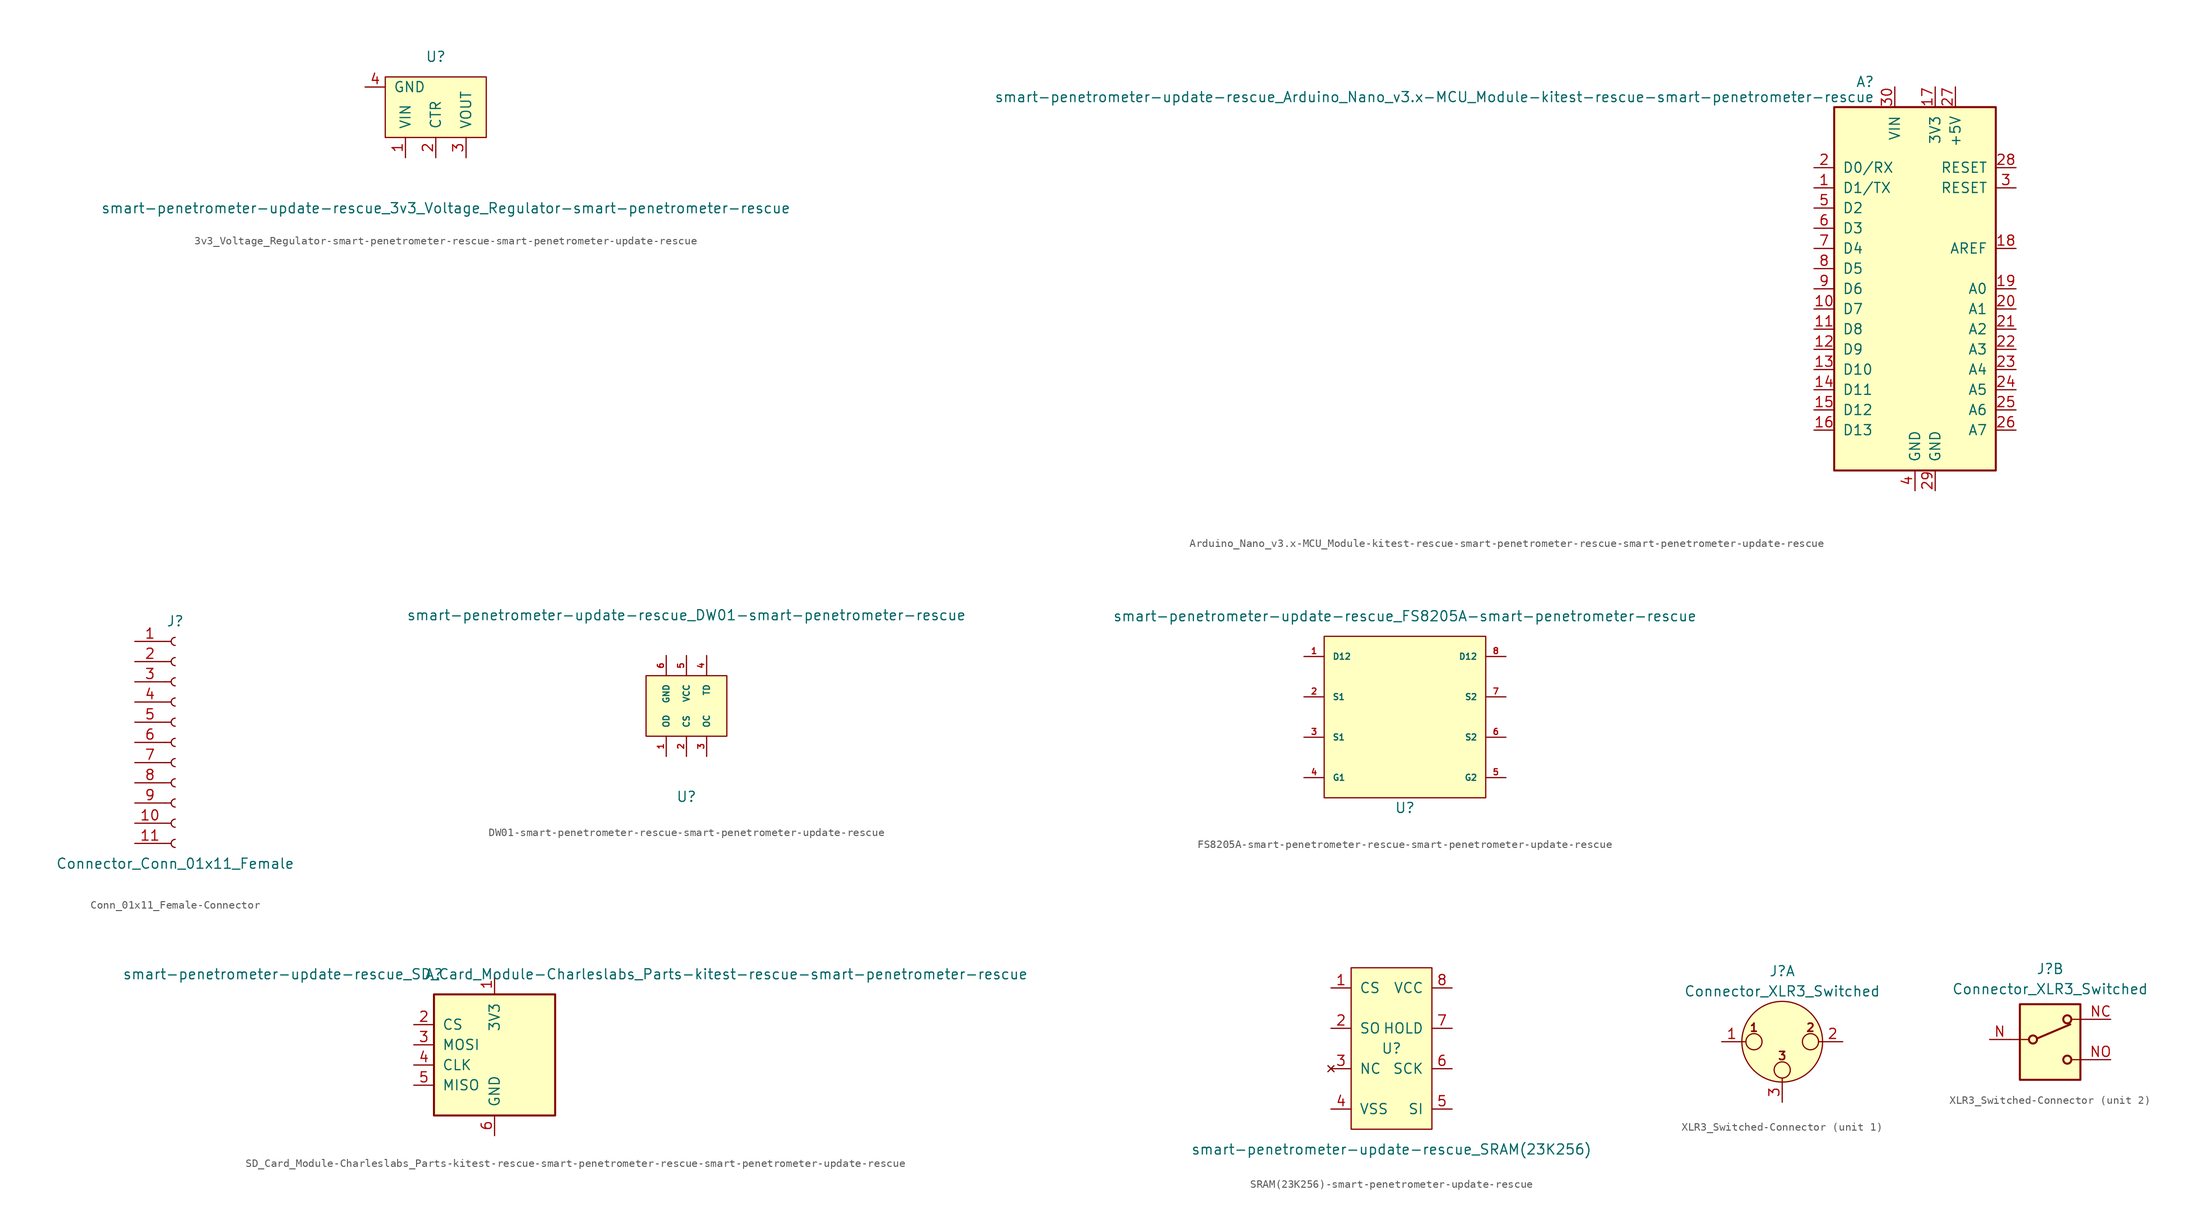
<source format=kicad_sym>
(kicad_symbol_lib
  (version 20220914)
  (generator kicad_symbol_editor)
  (symbol "3v3_Voltage_Regulator-smart-penetrometer-rescue-smart-penetrometer-update-rescue"
    (pin_names
      (offset 1.016))
    (property "Reference" "U"
      (at 0 6.35 0)
      (effects (font (size 1.27 1.27))))
    (property "Value" "smart-penetrometer-update-rescue_3v3_Voltage_Regulator-smart-penetrometer-rescue"
      (at 1.27 -12.7 0)
      (effects (font (size 1.27 1.27))))
    (symbol "3v3_Voltage_Regulator-smart-penetrometer-rescue-smart-penetrometer-update-rescue_0_1"
      (rectangle (start 6.35 -3.81) (end -6.35 3.81) (stroke (width 0) (type solid)) (fill (type background))))
    (symbol "3v3_Voltage_Regulator-smart-penetrometer-rescue-smart-penetrometer-update-rescue_1_1"
      (pin power_in line (at -3.81 -6.35 90) (length 2.54) (name "VIN" (effects (font (size 1.27 1.27)))) (number "1" (effects (font (size 1.27 1.27)))))
      (pin output line (at 0 -6.35 90) (length 2.54) (name "CTR" (effects (font (size 1.27 1.27)))) (number "2" (effects (font (size 1.27 1.27)))))
      (pin power_out line (at 3.81 -6.35 90) (length 2.54) (name "VOUT" (effects (font (size 1.27 1.27)))) (number "3" (effects (font (size 1.27 1.27)))))
      (pin power_in line (at -8.89 2.54 0) (length 2.54) (name "GND" (effects (font (size 1.27 1.27)))) (number "4" (effects (font (size 1.27 1.27)))))))
  (symbol "Arduino_Nano_v3.x-MCU_Module-kitest-rescue-smart-penetrometer-rescue-smart-penetrometer-update-rescue"
    (pin_names
      (offset 1.016))
    (property "Reference" "A"
      (at -5.08 26.035 0)
      (effects (font (size 1.27 1.27)) (justify right)))
    (property "Value" "smart-penetrometer-update-rescue_Arduino_Nano_v3.x-MCU_Module-kitest-rescue-smart-penetrometer-rescue"
      (at -5.08 24.13 0)
      (effects (font (size 1.27 1.27)) (justify right)))
    (symbol "Arduino_Nano_v3.x-MCU_Module-kitest-rescue-smart-penetrometer-rescue-smart-penetrometer-update-rescue_0_1"
      (rectangle (start -10.16 22.86) (end 10.16 -22.86) (stroke (width 0.254) (type solid)) (fill (type background))))
    (symbol "Arduino_Nano_v3.x-MCU_Module-kitest-rescue-smart-penetrometer-rescue-smart-penetrometer-update-rescue_1_1"
      (pin bidirectional line (at -12.7 12.7 0) (length 2.54) (name "D1/TX" (effects (font (size 1.27 1.27)))) (number "1" (effects (font (size 1.27 1.27)))))
      (pin bidirectional line (at -12.7 -2.54 0) (length 2.54) (name "D7" (effects (font (size 1.27 1.27)))) (number "10" (effects (font (size 1.27 1.27)))))
      (pin bidirectional line (at -12.7 -5.08 0) (length 2.54) (name "D8" (effects (font (size 1.27 1.27)))) (number "11" (effects (font (size 1.27 1.27)))))
      (pin bidirectional line (at -12.7 -7.62 0) (length 2.54) (name "D9" (effects (font (size 1.27 1.27)))) (number "12" (effects (font (size 1.27 1.27)))))
      (pin bidirectional line (at -12.7 -10.16 0) (length 2.54) (name "D10" (effects (font (size 1.27 1.27)))) (number "13" (effects (font (size 1.27 1.27)))))
      (pin bidirectional line (at -12.7 -12.7 0) (length 2.54) (name "D11" (effects (font (size 1.27 1.27)))) (number "14" (effects (font (size 1.27 1.27)))))
      (pin bidirectional line (at -12.7 -15.24 0) (length 2.54) (name "D12" (effects (font (size 1.27 1.27)))) (number "15" (effects (font (size 1.27 1.27)))))
      (pin bidirectional line (at -12.7 -17.78 0) (length 2.54) (name "D13" (effects (font (size 1.27 1.27)))) (number "16" (effects (font (size 1.27 1.27)))))
      (pin power_out line (at 2.54 25.4 270) (length 2.54) (name "3V3" (effects (font (size 1.27 1.27)))) (number "17" (effects (font (size 1.27 1.27)))))
      (pin input line (at 12.7 5.08 180) (length 2.54) (name "AREF" (effects (font (size 1.27 1.27)))) (number "18" (effects (font (size 1.27 1.27)))))
      (pin bidirectional line (at 12.7 0 180) (length 2.54) (name "A0" (effects (font (size 1.27 1.27)))) (number "19" (effects (font (size 1.27 1.27)))))
      (pin bidirectional line (at -12.7 15.24 0) (length 2.54) (name "D0/RX" (effects (font (size 1.27 1.27)))) (number "2" (effects (font (size 1.27 1.27)))))
      (pin bidirectional line (at 12.7 -2.54 180) (length 2.54) (name "A1" (effects (font (size 1.27 1.27)))) (number "20" (effects (font (size 1.27 1.27)))))
      (pin bidirectional line (at 12.7 -5.08 180) (length 2.54) (name "A2" (effects (font (size 1.27 1.27)))) (number "21" (effects (font (size 1.27 1.27)))))
      (pin bidirectional line (at 12.7 -7.62 180) (length 2.54) (name "A3" (effects (font (size 1.27 1.27)))) (number "22" (effects (font (size 1.27 1.27)))))
      (pin bidirectional line (at 12.7 -10.16 180) (length 2.54) (name "A4" (effects (font (size 1.27 1.27)))) (number "23" (effects (font (size 1.27 1.27)))))
      (pin bidirectional line (at 12.7 -12.7 180) (length 2.54) (name "A5" (effects (font (size 1.27 1.27)))) (number "24" (effects (font (size 1.27 1.27)))))
      (pin bidirectional line (at 12.7 -15.24 180) (length 2.54) (name "A6" (effects (font (size 1.27 1.27)))) (number "25" (effects (font (size 1.27 1.27)))))
      (pin bidirectional line (at 12.7 -17.78 180) (length 2.54) (name "A7" (effects (font (size 1.27 1.27)))) (number "26" (effects (font (size 1.27 1.27)))))
      (pin power_out line (at 5.08 25.4 270) (length 2.54) (name "+5V" (effects (font (size 1.27 1.27)))) (number "27" (effects (font (size 1.27 1.27)))))
      (pin input line (at 12.7 15.24 180) (length 2.54) (name "RESET" (effects (font (size 1.27 1.27)))) (number "28" (effects (font (size 1.27 1.27)))))
      (pin power_in line (at 2.54 -25.4 90) (length 2.54) (name "GND" (effects (font (size 1.27 1.27)))) (number "29" (effects (font (size 1.27 1.27)))))
      (pin input line (at 12.7 12.7 180) (length 2.54) (name "RESET" (effects (font (size 1.27 1.27)))) (number "3" (effects (font (size 1.27 1.27)))))
      (pin power_in line (at -2.54 25.4 270) (length 2.54) (name "VIN" (effects (font (size 1.27 1.27)))) (number "30" (effects (font (size 1.27 1.27)))))
      (pin power_in line (at 0 -25.4 90) (length 2.54) (name "GND" (effects (font (size 1.27 1.27)))) (number "4" (effects (font (size 1.27 1.27)))))
      (pin bidirectional line (at -12.7 10.16 0) (length 2.54) (name "D2" (effects (font (size 1.27 1.27)))) (number "5" (effects (font (size 1.27 1.27)))))
      (pin bidirectional line (at -12.7 7.62 0) (length 2.54) (name "D3" (effects (font (size 1.27 1.27)))) (number "6" (effects (font (size 1.27 1.27)))))
      (pin bidirectional line (at -12.7 5.08 0) (length 2.54) (name "D4" (effects (font (size 1.27 1.27)))) (number "7" (effects (font (size 1.27 1.27)))))
      (pin bidirectional line (at -12.7 2.54 0) (length 2.54) (name "D5" (effects (font (size 1.27 1.27)))) (number "8" (effects (font (size 1.27 1.27)))))
      (pin bidirectional line (at -12.7 0 0) (length 2.54) (name "D6" (effects (font (size 1.27 1.27)))) (number "9" (effects (font (size 1.27 1.27)))))))
  (symbol "Conn_01x11_Female-Connector"
    (pin_names
      (offset 1.016) hide)
    (property "Reference" "J"
      (at 0 15.24 0)
      (effects (font (size 1.27 1.27))))
    (property "Value" "Connector_Conn_01x11_Female"
      (at 0 -15.24 0)
      (effects (font (size 1.27 1.27))))
    (symbol "Conn_01x11_Female-Connector_1_1"
      (arc (start 0 -12.192) (mid -0.5058 -12.7) (end 0 -13.208) (stroke (width 0.1524) (type solid)) (fill (type none)))
      (arc (start 0 -9.652) (mid -0.5058 -10.16) (end 0 -10.668) (stroke (width 0.1524) (type solid)) (fill (type none)))
      (arc (start 0 -7.112) (mid -0.5058 -7.62) (end 0 -8.128) (stroke (width 0.1524) (type solid)) (fill (type none)))
      (arc (start 0 -4.572) (mid -0.5058 -5.08) (end 0 -5.588) (stroke (width 0.1524) (type solid)) (fill (type none)))
      (arc (start 0 -2.032) (mid -0.5058 -2.54) (end 0 -3.048) (stroke (width 0.1524) (type solid)) (fill (type none)))
      (polyline (pts (xy -1.27 -12.7) (xy -0.508 -12.7)) (stroke (width 0.152) (type solid)) (fill (type none)))
      (polyline (pts (xy -1.27 -10.16) (xy -0.508 -10.16)) (stroke (width 0.152) (type solid)) (fill (type none)))
      (polyline (pts (xy -1.27 -7.62) (xy -0.508 -7.62)) (stroke (width 0.152) (type solid)) (fill (type none)))
      (polyline (pts (xy -1.27 -5.08) (xy -0.508 -5.08)) (stroke (width 0.152) (type solid)) (fill (type none)))
      (polyline (pts (xy -1.27 -2.54) (xy -0.508 -2.54)) (stroke (width 0.152) (type solid)) (fill (type none)))
      (polyline (pts (xy -1.27 0) (xy -0.508 0)) (stroke (width 0.152) (type solid)) (fill (type none)))
      (polyline (pts (xy -1.27 2.54) (xy -0.508 2.54)) (stroke (width 0.152) (type solid)) (fill (type none)))
      (polyline (pts (xy -1.27 5.08) (xy -0.508 5.08)) (stroke (width 0.152) (type solid)) (fill (type none)))
      (polyline (pts (xy -1.27 7.62) (xy -0.508 7.62)) (stroke (width 0.152) (type solid)) (fill (type none)))
      (polyline (pts (xy -1.27 10.16) (xy -0.508 10.16)) (stroke (width 0.152) (type solid)) (fill (type none)))
      (polyline (pts (xy -1.27 12.7) (xy -0.508 12.7)) (stroke (width 0.152) (type solid)) (fill (type none)))
      (arc (start 0 0.508) (mid -0.5058 0) (end 0 -0.508) (stroke (width 0.1524) (type solid)) (fill (type none)))
      (arc (start 0 3.048) (mid -0.5058 2.54) (end 0 2.032) (stroke (width 0.1524) (type solid)) (fill (type none)))
      (arc (start 0 5.588) (mid -0.5058 5.08) (end 0 4.572) (stroke (width 0.1524) (type solid)) (fill (type none)))
      (arc (start 0 8.128) (mid -0.5058 7.62) (end 0 7.112) (stroke (width 0.1524) (type solid)) (fill (type none)))
      (arc (start 0 10.668) (mid -0.5058 10.16) (end 0 9.652) (stroke (width 0.1524) (type solid)) (fill (type none)))
      (arc (start 0 13.208) (mid -0.5058 12.7) (end 0 12.192) (stroke (width 0.1524) (type solid)) (fill (type none)))
      (pin passive line (at -5.08 12.7 0) (length 3.81) (name "Pin_1" (effects (font (size 1.27 1.27)))) (number "1" (effects (font (size 1.27 1.27)))))
      (pin passive line (at -5.08 -10.16 0) (length 3.81) (name "Pin_10" (effects (font (size 1.27 1.27)))) (number "10" (effects (font (size 1.27 1.27)))))
      (pin passive line (at -5.08 -12.7 0) (length 3.81) (name "Pin_11" (effects (font (size 1.27 1.27)))) (number "11" (effects (font (size 1.27 1.27)))))
      (pin passive line (at -5.08 10.16 0) (length 3.81) (name "Pin_2" (effects (font (size 1.27 1.27)))) (number "2" (effects (font (size 1.27 1.27)))))
      (pin passive line (at -5.08 7.62 0) (length 3.81) (name "Pin_3" (effects (font (size 1.27 1.27)))) (number "3" (effects (font (size 1.27 1.27)))))
      (pin passive line (at -5.08 5.08 0) (length 3.81) (name "Pin_4" (effects (font (size 1.27 1.27)))) (number "4" (effects (font (size 1.27 1.27)))))
      (pin passive line (at -5.08 2.54 0) (length 3.81) (name "Pin_5" (effects (font (size 1.27 1.27)))) (number "5" (effects (font (size 1.27 1.27)))))
      (pin passive line (at -5.08 0 0) (length 3.81) (name "Pin_6" (effects (font (size 1.27 1.27)))) (number "6" (effects (font (size 1.27 1.27)))))
      (pin passive line (at -5.08 -2.54 0) (length 3.81) (name "Pin_7" (effects (font (size 1.27 1.27)))) (number "7" (effects (font (size 1.27 1.27)))))
      (pin passive line (at -5.08 -5.08 0) (length 3.81) (name "Pin_8" (effects (font (size 1.27 1.27)))) (number "8" (effects (font (size 1.27 1.27)))))
      (pin passive line (at -5.08 -7.62 0) (length 3.81) (name "Pin_9" (effects (font (size 1.27 1.27)))) (number "9" (effects (font (size 1.27 1.27)))))))
  (symbol "DW01-smart-penetrometer-rescue-smart-penetrometer-update-rescue"
    (pin_names
      (offset 1.016))
    (property "Reference" "U"
      (at 0 -11.43 0)
      (effects (font (size 1.27 1.27))))
    (property "Value" "smart-penetrometer-update-rescue_DW01-smart-penetrometer-rescue"
      (at 0 11.43 0)
      (effects (font (size 1.27 1.27))))
    (symbol "DW01-smart-penetrometer-rescue-smart-penetrometer-update-rescue_0_1"
      (rectangle (start -5.08 3.81) (end 5.08 -3.81) (stroke (width 0) (type solid)) (fill (type background))))
    (symbol "DW01-smart-penetrometer-rescue-smart-penetrometer-update-rescue_1_1"
      (pin output line (at -2.54 -6.35 90) (length 2.54) (name "OD" (effects (font (size 0.762 0.762)))) (number "1" (effects (font (size 0.762 0.762)))))
      (pin input line (at 0 -6.35 90) (length 2.54) (name "CS" (effects (font (size 0.762 0.762)))) (number "2" (effects (font (size 0.762 0.762)))))
      (pin output line (at 2.54 -6.35 90) (length 2.54) (name "OC" (effects (font (size 0.762 0.762)))) (number "3" (effects (font (size 0.762 0.762)))))
      (pin input line (at 2.54 6.35 270) (length 2.54) (name "TD" (effects (font (size 0.762 0.762)))) (number "4" (effects (font (size 0.762 0.762)))))
      (pin power_in line (at 0 6.35 270) (length 2.54) (name "VCC" (effects (font (size 0.762 0.762)))) (number "5" (effects (font (size 0.762 0.762)))))
      (pin power_in line (at -2.54 6.35 270) (length 2.54) (name "GND" (effects (font (size 0.762 0.762)))) (number "6" (effects (font (size 0.762 0.762)))))))
  (symbol "FS8205A-smart-penetrometer-rescue-smart-penetrometer-update-rescue"
    (pin_names
      (offset 1.016))
    (property "Reference" "U"
      (at 0 -11.43 0)
      (effects (font (size 1.27 1.27))))
    (property "Value" "smart-penetrometer-update-rescue_FS8205A-smart-penetrometer-rescue"
      (at 0 12.7 0)
      (effects (font (size 1.27 1.27))))
    (symbol "FS8205A-smart-penetrometer-rescue-smart-penetrometer-update-rescue_0_1"
      (rectangle (start -10.16 10.16) (end 10.16 -10.16) (stroke (width 0) (type solid)) (fill (type background))))
    (symbol "FS8205A-smart-penetrometer-rescue-smart-penetrometer-update-rescue_1_1"
      (pin bidirectional line (at -12.7 7.62 0) (length 2.54) (name "D12" (effects (font (size 0.762 0.762)))) (number "1" (effects (font (size 0.762 0.762)))))
      (pin bidirectional line (at -12.7 2.54 0) (length 2.54) (name "S1" (effects (font (size 0.762 0.762)))) (number "2" (effects (font (size 0.762 0.762)))))
      (pin bidirectional line (at -12.7 -2.54 0) (length 2.54) (name "S1" (effects (font (size 0.762 0.762)))) (number "3" (effects (font (size 0.762 0.762)))))
      (pin bidirectional line (at -12.7 -7.62 0) (length 2.54) (name "G1" (effects (font (size 0.762 0.762)))) (number "4" (effects (font (size 0.762 0.762)))))
      (pin bidirectional line (at 12.7 -7.62 180) (length 2.54) (name "G2" (effects (font (size 0.762 0.762)))) (number "5" (effects (font (size 0.762 0.762)))))
      (pin bidirectional line (at 12.7 -2.54 180) (length 2.54) (name "S2" (effects (font (size 0.762 0.762)))) (number "6" (effects (font (size 0.762 0.762)))))
      (pin bidirectional line (at 12.7 2.54 180) (length 2.54) (name "S2" (effects (font (size 0.762 0.762)))) (number "7" (effects (font (size 0.762 0.762)))))
      (pin bidirectional line (at 12.7 7.62 180) (length 2.54) (name "D12" (effects (font (size 0.762 0.762)))) (number "8" (effects (font (size 0.762 0.762)))))))
  (symbol "SD_Card_Module-Charleslabs_Parts-kitest-rescue-smart-penetrometer-rescue-smart-penetrometer-update-rescue"
    (pin_names
      (offset 1.016))
    (property "Reference" "A"
      (at -7.62 10.16 0)
      (effects (font (size 1.27 1.27))))
    (property "Value" "smart-penetrometer-update-rescue_SD_Card_Module-Charleslabs_Parts-kitest-rescue-smart-penetrometer-rescue"
      (at 10.16 10.16 0)
      (effects (font (size 1.27 1.27))))
    (symbol "SD_Card_Module-Charleslabs_Parts-kitest-rescue-smart-penetrometer-rescue-smart-penetrometer-update-rescue_0_1"
      (rectangle (start -7.62 7.62) (end 7.62 -7.62) (stroke (width 0.254) (type solid)) (fill (type background))))
    (symbol "SD_Card_Module-Charleslabs_Parts-kitest-rescue-smart-penetrometer-rescue-smart-penetrometer-update-rescue_1_1"
      (pin power_in line (at 0 10.16 270) (length 2.54) (name "3V3" (effects (font (size 1.27 1.27)))) (number "1" (effects (font (size 1.27 1.27)))))
      (pin input line (at -10.16 3.81 0) (length 2.54) (name "CS" (effects (font (size 1.27 1.27)))) (number "2" (effects (font (size 1.27 1.27)))))
      (pin input line (at -10.16 1.27 0) (length 2.54) (name "MOSI" (effects (font (size 1.27 1.27)))) (number "3" (effects (font (size 1.27 1.27)))))
      (pin input line (at -10.16 -1.27 0) (length 2.54) (name "CLK" (effects (font (size 1.27 1.27)))) (number "4" (effects (font (size 1.27 1.27)))))
      (pin tri_state line (at -10.16 -3.81 0) (length 2.54) (name "MISO" (effects (font (size 1.27 1.27)))) (number "5" (effects (font (size 1.27 1.27)))))
      (pin power_in line (at 0 -10.16 90) (length 2.54) (name "GND" (effects (font (size 1.27 1.27)))) (number "6" (effects (font (size 1.27 1.27)))))))
  (symbol "SRAM(23K256)-smart-penetrometer-update-rescue"
    (pin_names
      (offset 1.016))
    (property "Reference" "U"
      (at 0 0 0)
      (effects (font (size 1.27 1.27))))
    (property "Value" "smart-penetrometer-update-rescue_SRAM(23K256)"
      (at 0 -12.7 0)
      (effects (font (size 1.27 1.27))))
    (symbol "SRAM(23K256)-smart-penetrometer-update-rescue_0_1"
      (rectangle (start -5.08 10.16) (end 5.08 -10.16) (stroke (width 0) (type solid)) (fill (type background))))
    (symbol "SRAM(23K256)-smart-penetrometer-update-rescue_1_1"
      (pin input line (at -7.62 7.62 0) (length 2.54) (name "CS" (effects (font (size 1.27 1.27)))) (number "1" (effects (font (size 1.27 1.27)))))
      (pin tri_state line (at -7.62 2.54 0) (length 2.54) (name "SO" (effects (font (size 1.27 1.27)))) (number "2" (effects (font (size 1.27 1.27)))))
      (pin no_connect line (at -7.62 -2.54 0) (length 2.54) (name "NC" (effects (font (size 1.27 1.27)))) (number "3" (effects (font (size 1.27 1.27)))))
      (pin power_in line (at -7.62 -7.62 0) (length 2.54) (name "VSS" (effects (font (size 1.27 1.27)))) (number "4" (effects (font (size 1.27 1.27)))))
      (pin input line (at 7.62 -7.62 180) (length 2.54) (name "SI" (effects (font (size 1.27 1.27)))) (number "5" (effects (font (size 1.27 1.27)))))
      (pin input line (at 7.62 -2.54 180) (length 2.54) (name "SCK" (effects (font (size 1.27 1.27)))) (number "6" (effects (font (size 1.27 1.27)))))
      (pin input line (at 7.62 2.54 180) (length 2.54) (name "HOLD" (effects (font (size 1.27 1.27)))) (number "7" (effects (font (size 1.27 1.27)))))
      (pin power_in line (at 7.62 7.62 180) (length 2.54) (name "VCC" (effects (font (size 1.27 1.27)))) (number "8" (effects (font (size 1.27 1.27)))))))
  (symbol "XLR3_Switched-Connector"
    (pin_names hide)
    (property "Reference" "J"
      (at 0 8.89 0)
      (effects (font (size 1.27 1.27))))
    (property "Value" "Connector_XLR3_Switched"
      (at 0 6.35 0)
      (effects (font (size 1.27 1.27))))
    (symbol "XLR3_Switched-Connector_1_1"
      (circle (center -3.556 0) (radius 1.016) (stroke (width 0) (type solid)) (fill (type none)))
      (circle (center 0 -3.556) (radius 1.016) (stroke (width 0) (type solid)) (fill (type none)))
      (polyline (pts (xy -5.08 0) (xy -4.572 0)) (stroke (width 0) (type solid)) (fill (type none)))
      (polyline (pts (xy 0 -5.08) (xy 0 -4.572)) (stroke (width 0) (type solid)) (fill (type none)))
      (polyline (pts (xy 5.08 0) (xy 4.572 0)) (stroke (width 0) (type solid)) (fill (type none)))
      (circle (center 0 0) (radius 5.08) (stroke (width 0) (type solid)) (fill (type background)))
      (circle (center 3.556 0) (radius 1.016) (stroke (width 0) (type solid)) (fill (type none)))
      (text "1" (at -3.556 1.778 0) (effects (font (size 1.016 1.016) bold)))
      (text "2" (at 3.556 1.778 0) (effects (font (size 1.016 1.016) bold)))
      (text "3" (at 0 -1.778 0) (effects (font (size 1.016 1.016) bold)))
      (pin passive line (at -7.62 0 0) (length 2.54) (name "~" (effects (font (size 1.27 1.27)))) (number "1" (effects (font (size 1.27 1.27)))))
      (pin passive line (at 7.62 0 180) (length 2.54) (name "~" (effects (font (size 1.27 1.27)))) (number "2" (effects (font (size 1.27 1.27)))))
      (pin passive line (at 0 -7.62 90) (length 2.54) (name "~" (effects (font (size 1.27 1.27)))) (number "3" (effects (font (size 1.27 1.27))))))
    (symbol "XLR3_Switched-Connector_2_1"
      (rectangle (start -3.81 4.445) (end 3.81 -5.08) (stroke (width 0.254) (type solid)) (fill (type background)))
      (circle (center -2.159 0) (radius 0.508) (stroke (width 0.254) (type solid)) (fill (type none)))
      (polyline (pts (xy -5.08 0) (xy -2.794 0)) (stroke (width 0) (type solid)) (fill (type none)))
      (polyline (pts (xy -1.651 0.127) (xy 2.54 1.905)) (stroke (width 0.254) (type solid)) (fill (type none)))
      (polyline (pts (xy 5.08 -2.54) (xy 2.794 -2.54)) (stroke (width 0) (type solid)) (fill (type none)))
      (polyline (pts (xy 5.08 2.54) (xy 2.794 2.54)) (stroke (width 0) (type solid)) (fill (type none)))
      (circle (center 2.159 -2.54) (radius 0.508) (stroke (width 0.254) (type solid)) (fill (type none)))
      (circle (center 2.159 2.54) (radius 0.508) (stroke (width 0.254) (type solid)) (fill (type none)))
      (pin passive line (at -7.62 0 0) (length 2.54) (name "~" (effects (font (size 1.27 1.27)))) (number "N" (effects (font (size 1.27 1.27)))))
      (pin passive line (at 7.62 2.54 180) (length 2.54) (name "~" (effects (font (size 1.27 1.27)))) (number "NC" (effects (font (size 1.27 1.27)))))
      (pin passive line (at 7.62 -2.54 180) (length 2.54) (name "~" (effects (font (size 1.27 1.27)))) (number "NO" (effects (font (size 1.27 1.27))))))))
</source>
